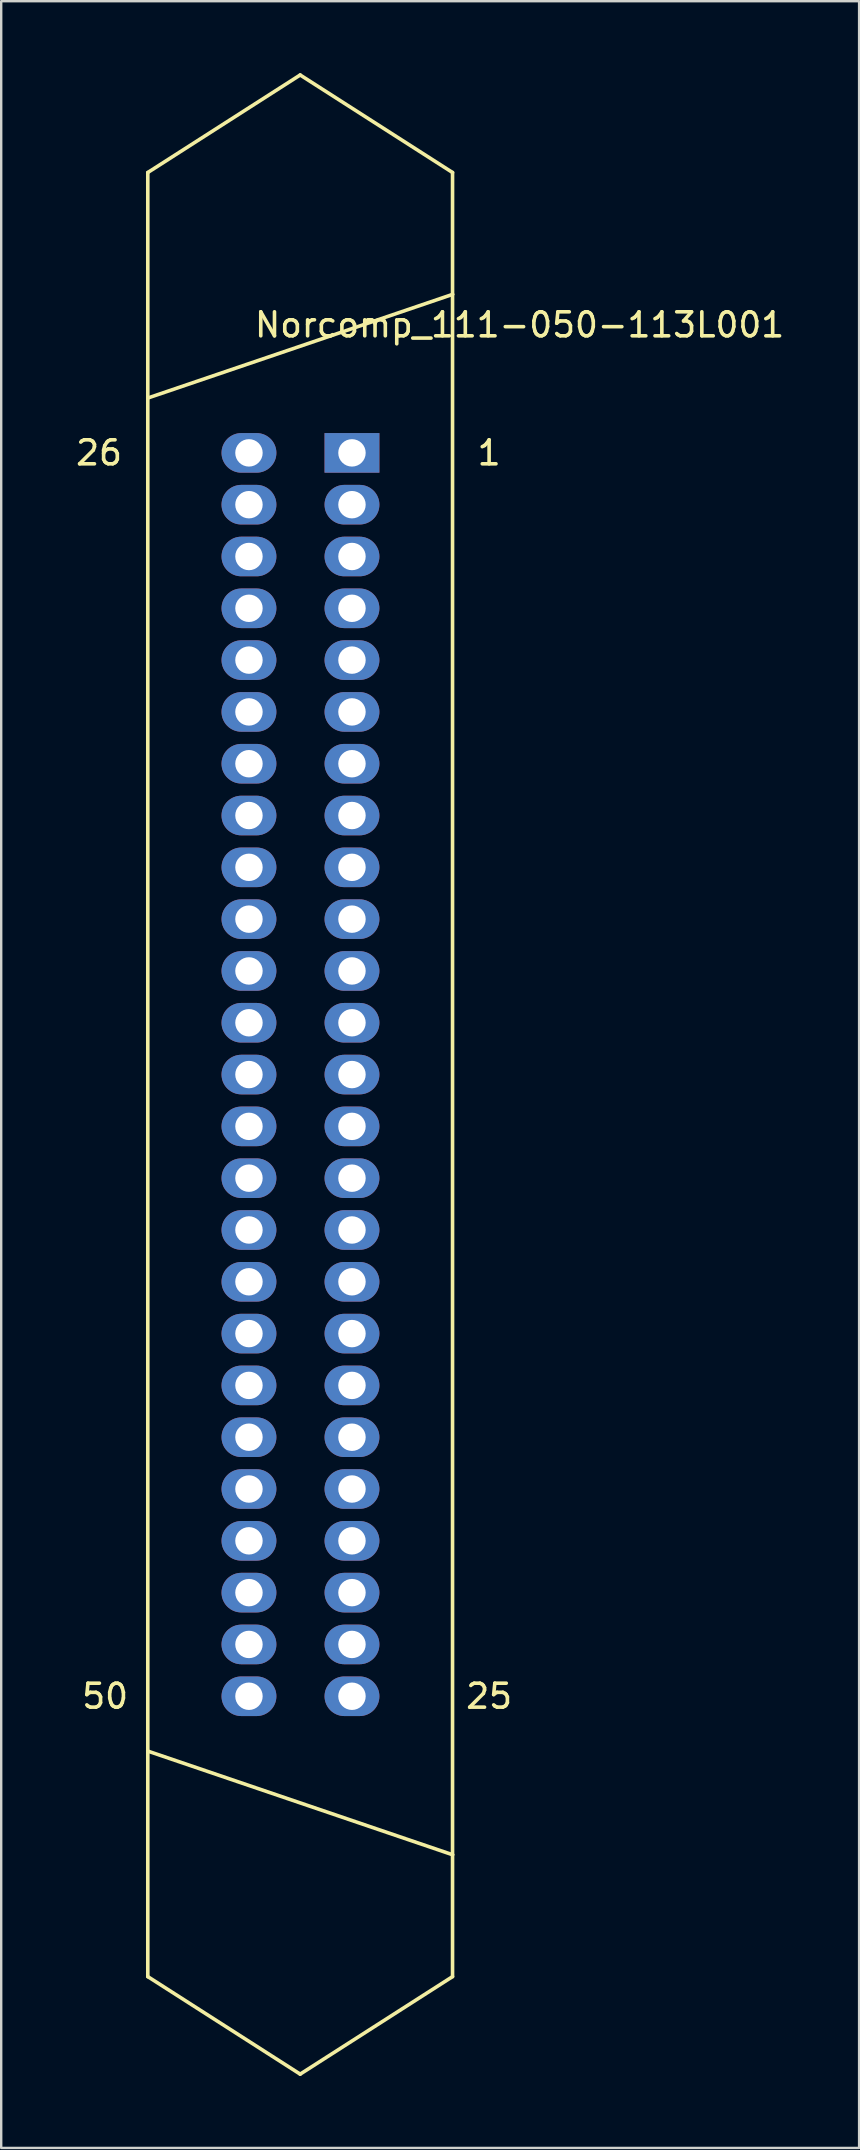
<source format=kicad_pcb>
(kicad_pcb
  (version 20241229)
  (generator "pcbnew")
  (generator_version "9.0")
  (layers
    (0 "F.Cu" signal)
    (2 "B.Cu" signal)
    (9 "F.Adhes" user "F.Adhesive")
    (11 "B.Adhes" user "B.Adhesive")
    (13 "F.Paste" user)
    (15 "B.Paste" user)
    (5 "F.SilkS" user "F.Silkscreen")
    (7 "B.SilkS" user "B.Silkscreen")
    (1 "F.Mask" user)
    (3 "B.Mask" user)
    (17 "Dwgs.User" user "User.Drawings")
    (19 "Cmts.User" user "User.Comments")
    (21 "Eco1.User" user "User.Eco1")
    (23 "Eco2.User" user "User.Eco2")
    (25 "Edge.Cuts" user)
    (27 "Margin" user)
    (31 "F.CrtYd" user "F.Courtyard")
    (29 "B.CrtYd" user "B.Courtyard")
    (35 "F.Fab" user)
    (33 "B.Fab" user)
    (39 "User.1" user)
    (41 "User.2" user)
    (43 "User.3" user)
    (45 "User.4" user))
  (footprint "Norcomp_111-050-113L001"
    (layer "F.Cu")
    (at 9.459 41.731)
    (property "Reference" "Norcomp_111-050-113L001" (at 9.144 -31.242 0) (layer "F.SilkS") (effects (font (size 1 1) (thickness 0.15))))
    (attr through_hole)
    (fp_line (start -6.35 -28.194) (end -6.35 -37.592) (stroke (width 0.15) (type solid)) (layer "F.SilkS"))
    (fp_line (start -6.35 -28.194) (end -6.35 28.194) (stroke (width 0.15) (type solid)) (layer "F.SilkS"))
    (fp_line (start -6.35 28.194) (end -6.35 37.592) (stroke (width 0.15) (type solid)) (layer "F.SilkS"))
    (fp_line (start -6.35 28.194) (end 6.35 32.512) (stroke (width 0.15) (type solid)) (layer "F.SilkS"))
    (fp_line (start -6.35 37.592) (end 0 41.656) (stroke (width 0.15) (type solid)) (layer "F.SilkS"))
    (fp_line (start 0 -41.656) (end -6.35 -37.592) (stroke (width 0.15) (type solid)) (layer "F.SilkS"))
    (fp_line (start 0 41.656) (end 6.35 37.592) (stroke (width 0.15) (type solid)) (layer "F.SilkS"))
    (fp_line (start 6.35 -37.592) (end 0 -41.656) (stroke (width 0.15) (type solid)) (layer "F.SilkS"))
    (fp_line (start 6.35 -32.512) (end -6.35 -28.194) (stroke (width 0.15) (type solid)) (layer "F.SilkS"))
    (fp_line (start 6.35 -32.512) (end 6.35 -37.592) (stroke (width 0.15) (type solid)) (layer "F.SilkS"))
    (fp_line (start 6.35 -32.512) (end 6.35 32.512) (stroke (width 0.15) (type solid)) (layer "F.SilkS"))
    (fp_line (start 6.35 37.592) (end 6.35 32.512) (stroke (width 0.15) (type solid)) (layer "F.SilkS"))
    (fp_text user "50" (at -8.128 25.908 0) (layer "F.SilkS") (effects (font (size 1 1) (thickness 0.15))))
    (fp_text user "26" (at -8.382 -25.908 0) (layer "F.SilkS") (effects (font (size 1 1) (thickness 0.15))))
    (fp_text user "1" (at 7.874 -25.908 0) (layer "F.SilkS") (effects (font (size 1 1) (thickness 0.15))))
    (fp_text user "25" (at 7.874 25.908 0) (layer "F.SilkS") (effects (font (size 1 1) (thickness 0.15))))
    (pad "1" thru_hole rect (at 2.159 -25.908) (size 2.286 1.651) (drill 1.143) (layers "*.Cu" "*.Mask"))
    (pad "2" thru_hole oval (at 2.159 -23.749) (size 2.286 1.651) (drill 1.143) (layers "*.Cu" "*.Mask"))
    (pad "3" thru_hole oval (at 2.159 -21.59) (size 2.286 1.651) (drill 1.143) (layers "*.Cu" "*.Mask"))
    (pad "4" thru_hole oval (at 2.159 -19.431) (size 2.286 1.651) (drill 1.143) (layers "*.Cu" "*.Mask"))
    (pad "5" thru_hole oval (at 2.159 -17.272) (size 2.286 1.651) (drill 1.143) (layers "*.Cu" "*.Mask"))
    (pad "6" thru_hole oval (at 2.159 -15.113) (size 2.286 1.651) (drill 1.143) (layers "*.Cu" "*.Mask"))
    (pad "7" thru_hole oval (at 2.159 -12.954) (size 2.286 1.651) (drill 1.143) (layers "*.Cu" "*.Mask"))
    (pad "8" thru_hole oval (at 2.159 -10.795) (size 2.286 1.651) (drill 1.143) (layers "*.Cu" "*.Mask"))
    (pad "9" thru_hole oval (at 2.159 -8.636) (size 2.286 1.651) (drill 1.143) (layers "*.Cu" "*.Mask"))
    (pad "10" thru_hole oval (at 2.159 -6.477) (size 2.286 1.651) (drill 1.143) (layers "*.Cu" "*.Mask"))
    (pad "11" thru_hole oval (at 2.159 -4.318) (size 2.286 1.651) (drill 1.143) (layers "*.Cu" "*.Mask"))
    (pad "12" thru_hole oval (at 2.159 -2.159) (size 2.286 1.651) (drill 1.143) (layers "*.Cu" "*.Mask"))
    (pad "13" thru_hole oval (at 2.159 0) (size 2.286 1.651) (drill 1.143) (layers "*.Cu" "*.Mask"))
    (pad "14" thru_hole oval (at 2.159 2.159) (size 2.286 1.651) (drill 1.143) (layers "*.Cu" "*.Mask"))
    (pad "15" thru_hole oval (at 2.159 4.318) (size 2.286 1.651) (drill 1.143) (layers "*.Cu" "*.Mask"))
    (pad "16" thru_hole oval (at 2.159 6.477) (size 2.286 1.651) (drill 1.143) (layers "*.Cu" "*.Mask"))
    (pad "17" thru_hole oval (at 2.159 8.636) (size 2.286 1.651) (drill 1.143) (layers "*.Cu" "*.Mask"))
    (pad "18" thru_hole oval (at 2.159 10.795) (size 2.286 1.651) (drill 1.143) (layers "*.Cu" "*.Mask"))
    (pad "19" thru_hole oval (at 2.159 12.954) (size 2.286 1.651) (drill 1.143) (layers "*.Cu" "*.Mask"))
    (pad "20" thru_hole oval (at 2.159 15.113) (size 2.286 1.651) (drill 1.143) (layers "*.Cu" "*.Mask"))
    (pad "21" thru_hole oval (at 2.159 17.272) (size 2.286 1.651) (drill 1.143) (layers "*.Cu" "*.Mask"))
    (pad "22" thru_hole oval (at 2.159 19.431) (size 2.286 1.651) (drill 1.143) (layers "*.Cu" "*.Mask"))
    (pad "23" thru_hole oval (at 2.159 21.59) (size 2.286 1.651) (drill 1.143) (layers "*.Cu" "*.Mask"))
    (pad "24" thru_hole oval (at 2.159 23.749) (size 2.286 1.651) (drill 1.143) (layers "*.Cu" "*.Mask"))
    (pad "25" thru_hole oval (at 2.159 25.908) (size 2.286 1.651) (drill 1.143) (layers "*.Cu" "*.Mask"))
    (pad "26" thru_hole oval (at -2.134 -25.908) (size 2.286 1.651) (drill 1.143) (layers "*.Cu" "*.Mask"))
    (pad "27" thru_hole oval (at -2.134 -23.749) (size 2.286 1.651) (drill 1.143) (layers "*.Cu" "*.Mask"))
    (pad "28" thru_hole oval (at -2.134 -21.59) (size 2.286 1.651) (drill 1.143) (layers "*.Cu" "*.Mask"))
    (pad "29" thru_hole oval (at -2.134 -19.431) (size 2.286 1.651) (drill 1.143) (layers "*.Cu" "*.Mask"))
    (pad "30" thru_hole oval (at -2.134 -17.272) (size 2.286 1.651) (drill 1.143) (layers "*.Cu" "*.Mask"))
    (pad "31" thru_hole oval (at -2.134 -15.113) (size 2.286 1.651) (drill 1.143) (layers "*.Cu" "*.Mask"))
    (pad "32" thru_hole oval (at -2.134 -12.954) (size 2.286 1.651) (drill 1.143) (layers "*.Cu" "*.Mask"))
    (pad "33" thru_hole oval (at -2.134 -10.795) (size 2.286 1.651) (drill 1.143) (layers "*.Cu" "*.Mask"))
    (pad "34" thru_hole oval (at -2.134 -8.636) (size 2.286 1.651) (drill 1.143) (layers "*.Cu" "*.Mask"))
    (pad "35" thru_hole oval (at -2.134 -6.477) (size 2.286 1.651) (drill 1.143) (layers "*.Cu" "*.Mask"))
    (pad "36" thru_hole oval (at -2.134 -4.318) (size 2.286 1.651) (drill 1.143) (layers "*.Cu" "*.Mask"))
    (pad "37" thru_hole oval (at -2.134 -2.159) (size 2.286 1.651) (drill 1.143) (layers "*.Cu" "*.Mask"))
    (pad "38" thru_hole oval (at -2.134 0) (size 2.286 1.651) (drill 1.143) (layers "*.Cu" "*.Mask"))
    (pad "39" thru_hole oval (at -2.134 2.159) (size 2.286 1.651) (drill 1.143) (layers "*.Cu" "*.Mask"))
    (pad "40" thru_hole oval (at -2.134 4.318) (size 2.286 1.651) (drill 1.143) (layers "*.Cu" "*.Mask"))
    (pad "41" thru_hole oval (at -2.134 6.477) (size 2.286 1.651) (drill 1.143) (layers "*.Cu" "*.Mask"))
    (pad "42" thru_hole oval (at -2.134 8.636) (size 2.286 1.651) (drill 1.143) (layers "*.Cu" "*.Mask"))
    (pad "43" thru_hole oval (at -2.134 10.795) (size 2.286 1.651) (drill 1.143) (layers "*.Cu" "*.Mask"))
    (pad "44" thru_hole oval (at -2.134 12.954) (size 2.286 1.651) (drill 1.143) (layers "*.Cu" "*.Mask"))
    (pad "45" thru_hole oval (at -2.134 15.113) (size 2.286 1.651) (drill 1.143) (layers "*.Cu" "*.Mask"))
    (pad "46" thru_hole oval (at -2.134 17.272) (size 2.286 1.651) (drill 1.143) (layers "*.Cu" "*.Mask"))
    (pad "47" thru_hole oval (at -2.134 19.431) (size 2.286 1.651) (drill 1.143) (layers "*.Cu" "*.Mask"))
    (pad "48" thru_hole oval (at -2.134 21.59) (size 2.286 1.651) (drill 1.143) (layers "*.Cu" "*.Mask"))
    (pad "49" thru_hole oval (at -2.134 23.749) (size 2.286 1.651) (drill 1.143) (layers "*.Cu" "*.Mask"))
    (pad "50" thru_hole oval (at -2.134 25.908) (size 2.286 1.651) (drill 1.143) (layers "*.Cu" "*.Mask")))
  (gr_rect
    (start -3 -3)
    (end 32.752 86.462)
    (stroke (width 0.1) (type default))
    (fill no)
    (layer "Edge.Cuts")))
</source>
